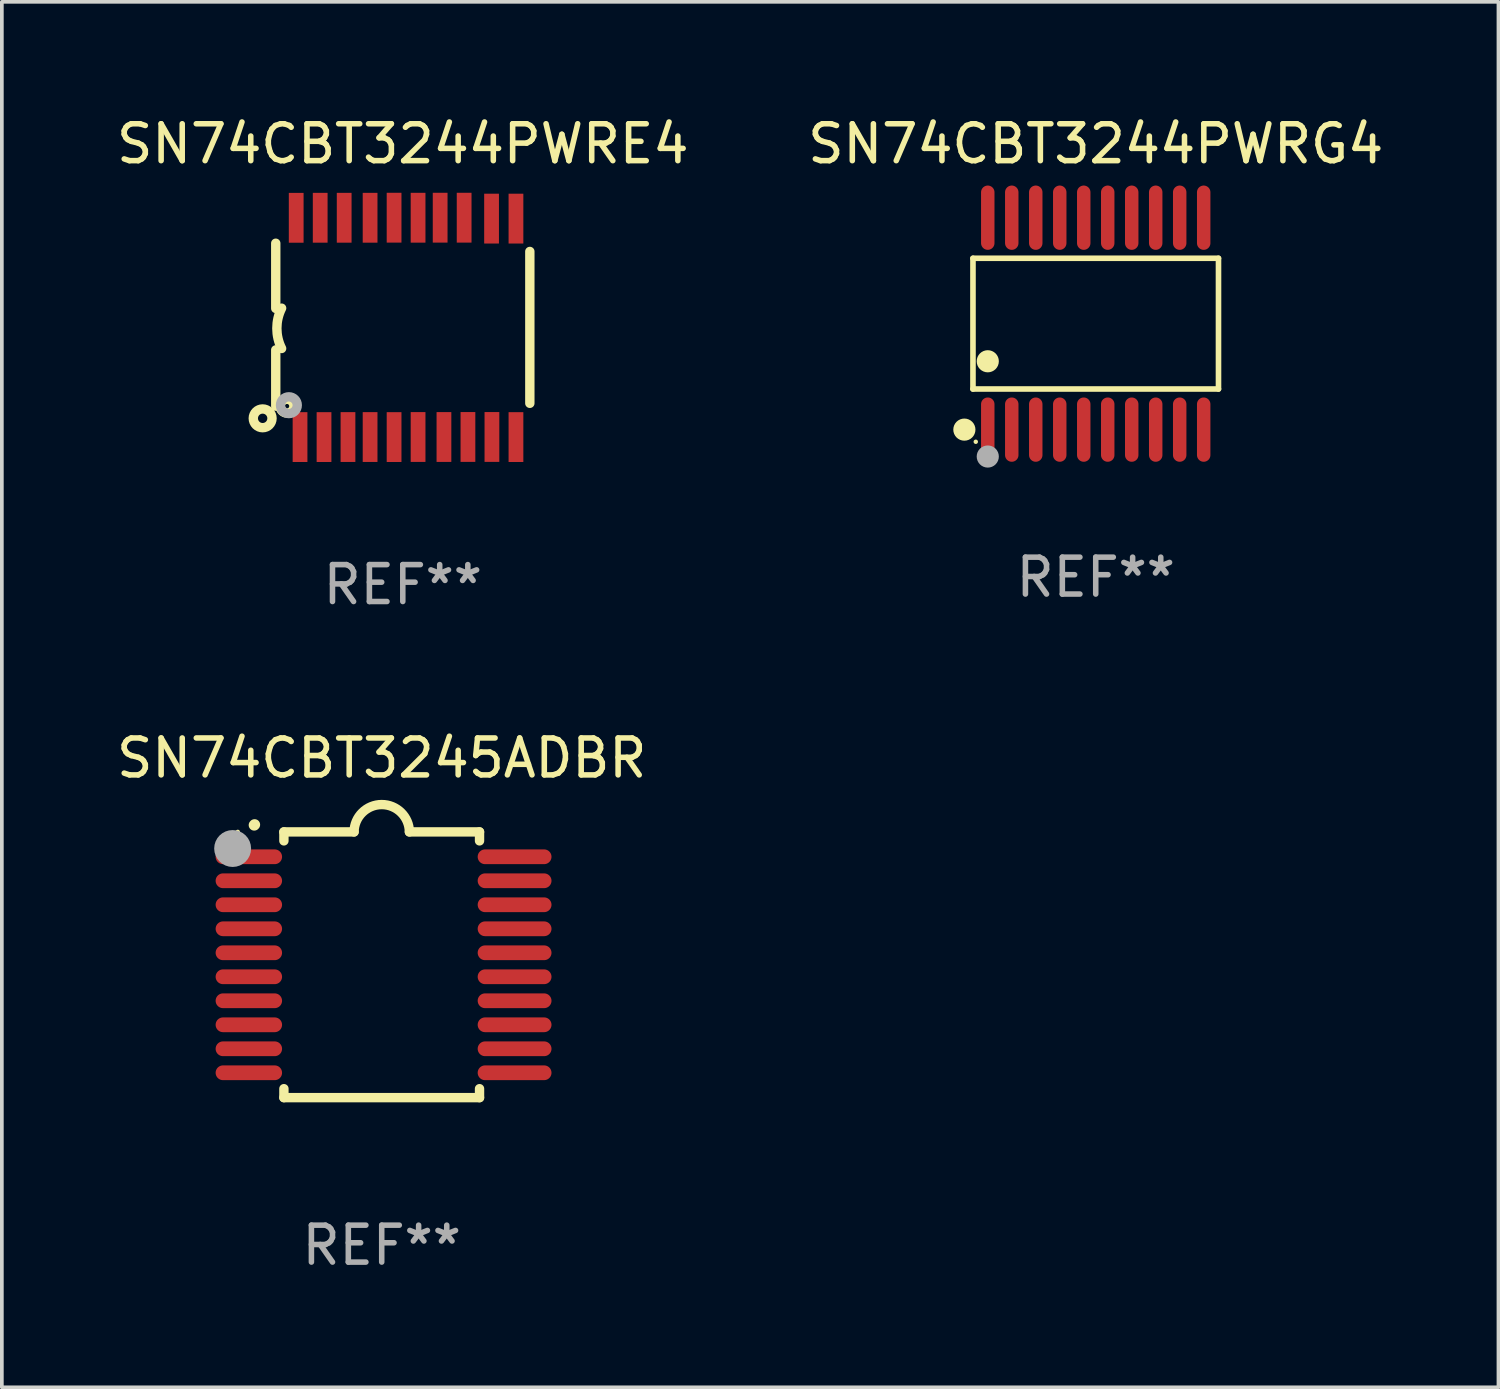
<source format=kicad_pcb>
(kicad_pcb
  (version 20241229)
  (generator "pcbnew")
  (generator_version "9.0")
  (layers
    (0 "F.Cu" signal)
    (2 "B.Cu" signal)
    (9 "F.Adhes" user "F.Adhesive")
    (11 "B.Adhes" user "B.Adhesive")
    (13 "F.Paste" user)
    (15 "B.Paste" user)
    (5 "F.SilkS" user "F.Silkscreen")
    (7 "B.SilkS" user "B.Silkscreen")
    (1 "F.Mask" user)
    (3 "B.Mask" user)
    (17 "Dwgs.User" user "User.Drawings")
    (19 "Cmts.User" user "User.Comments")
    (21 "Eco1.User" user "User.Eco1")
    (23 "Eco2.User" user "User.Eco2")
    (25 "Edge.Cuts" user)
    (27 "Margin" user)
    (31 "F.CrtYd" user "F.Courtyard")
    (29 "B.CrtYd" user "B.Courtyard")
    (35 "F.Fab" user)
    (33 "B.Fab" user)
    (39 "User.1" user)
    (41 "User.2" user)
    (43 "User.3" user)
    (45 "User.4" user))
  (footprint "SN74CBT3244PWRG4"
    (layer "F.Cu")
    (at 26.637 5.719)
    (property "Reference" "SN74CBT3244PWRG4" (at 0 -4.871 0) (layer "F.SilkS") (effects (font (size 1 1) (thickness 0.15))))
    (attr through_hole)
    (fp_line (start -3.326 -1.771) (end 3.326 -1.771) (stroke (width 0.152) (type solid)) (layer "F.SilkS"))
    (fp_line (start -3.326 1.771) (end -3.326 -1.771) (stroke (width 0.152) (type solid)) (layer "F.SilkS"))
    (fp_line (start 3.326 -1.771) (end 3.326 1.771) (stroke (width 0.152) (type solid)) (layer "F.SilkS"))
    (fp_line (start 3.326 1.771) (end -3.326 1.771) (stroke (width 0.152) (type solid)) (layer "F.SilkS"))
    (fp_circle (center -3.559 2.871) (end -3.409 2.871) (stroke (width 0.3) (type solid)) (fill no) (layer "F.SilkS"))
    (fp_circle (center -3.25 3.2) (end -3.22 3.2) (stroke (width 0.06) (type solid)) (fill no) (layer "F.SilkS"))
    (fp_circle (center -2.925 1.019) (end -2.775 1.019) (stroke (width 0.3) (type solid)) (fill no) (layer "F.SilkS"))
    (fp_circle (center -2.925 3.6) (end -2.775 3.6) (stroke (width 0.3) (type solid)) (fill no) (layer "F.Fab"))
    (fp_text user "REF**" (at 0 6.871 0) (layer "F.Fab") (effects (font (size 1 1) (thickness 0.15))))
    (pad "1" smd oval (at -2.925 2.871) (size 0.364 1.742) (layers "F.Cu" "F.Mask" "F.Paste"))
    (pad "2" smd oval (at -2.275 2.871) (size 0.364 1.742) (layers "F.Cu" "F.Mask" "F.Paste"))
    (pad "3" smd oval (at -1.625 2.871) (size 0.364 1.742) (layers "F.Cu" "F.Mask" "F.Paste"))
    (pad "4" smd oval (at -0.975 2.871) (size 0.364 1.742) (layers "F.Cu" "F.Mask" "F.Paste"))
    (pad "5" smd oval (at -0.325 2.871) (size 0.364 1.742) (layers "F.Cu" "F.Mask" "F.Paste"))
    (pad "6" smd oval (at 0.325 2.871) (size 0.364 1.742) (layers "F.Cu" "F.Mask" "F.Paste"))
    (pad "7" smd oval (at 0.975 2.871) (size 0.364 1.742) (layers "F.Cu" "F.Mask" "F.Paste"))
    (pad "8" smd oval (at 1.625 2.871) (size 0.364 1.742) (layers "F.Cu" "F.Mask" "F.Paste"))
    (pad "9" smd oval (at 2.275 2.871) (size 0.364 1.742) (layers "F.Cu" "F.Mask" "F.Paste"))
    (pad "10" smd oval (at 2.925 2.871) (size 0.364 1.742) (layers "F.Cu" "F.Mask" "F.Paste"))
    (pad "11" smd oval (at 2.925 -2.871) (size 0.364 1.742) (layers "F.Cu" "F.Mask" "F.Paste"))
    (pad "12" smd oval (at 2.275 -2.871) (size 0.364 1.742) (layers "F.Cu" "F.Mask" "F.Paste"))
    (pad "13" smd oval (at 1.625 -2.871) (size 0.364 1.742) (layers "F.Cu" "F.Mask" "F.Paste"))
    (pad "14" smd oval (at 0.975 -2.871) (size 0.364 1.742) (layers "F.Cu" "F.Mask" "F.Paste"))
    (pad "15" smd oval (at 0.325 -2.871) (size 0.364 1.742) (layers "F.Cu" "F.Mask" "F.Paste"))
    (pad "16" smd oval (at -0.325 -2.871) (size 0.364 1.742) (layers "F.Cu" "F.Mask" "F.Paste"))
    (pad "17" smd oval (at -0.975 -2.871) (size 0.364 1.742) (layers "F.Cu" "F.Mask" "F.Paste"))
    (pad "18" smd oval (at -1.625 -2.871) (size 0.364 1.742) (layers "F.Cu" "F.Mask" "F.Paste"))
    (pad "19" smd oval (at -2.275 -2.871) (size 0.364 1.742) (layers "F.Cu" "F.Mask" "F.Paste"))
    (pad "20" smd oval (at -2.925 -2.871) (size 0.364 1.742) (layers "F.Cu" "F.Mask" "F.Paste")))
  (footprint "SN74CBT3245ADBR"
    (layer "F.Cu")
    (at 7.292 23.089)
    (property "Reference" "SN74CBT3245ADBR" (at 0 -5.6 0) (layer "F.SilkS") (effects (font (size 1 1) (thickness 0.15))))
    (attr through_hole)
    (fp_line (start -2.65 -3.6) (end -2.65 -3.357) (stroke (width 0.254) (type solid)) (layer "F.SilkS"))
    (fp_line (start -2.65 -3.6) (end -0.75 -3.6) (stroke (width 0.254) (type solid)) (layer "F.SilkS"))
    (fp_line (start -2.65 3.357) (end -2.65 3.6) (stroke (width 0.254) (type solid)) (layer "F.SilkS"))
    (fp_line (start 2.65 -3.6) (end 0.75 -3.6) (stroke (width 0.254) (type solid)) (layer "F.SilkS"))
    (fp_line (start 2.65 -3.6) (end 2.65 -3.357) (stroke (width 0.254) (type solid)) (layer "F.SilkS"))
    (fp_line (start 2.65 3.357) (end 2.65 3.6) (stroke (width 0.254) (type solid)) (layer "F.SilkS"))
    (fp_line (start 2.65 3.6) (end -2.65 3.6) (stroke (width 0.254) (type solid)) (layer "F.SilkS"))
    (fp_arc (start -3.454407 -3.784608) (mid -3.449499 -3.78986) (end -3.444247 -3.794768) (stroke (width 0.3) (type solid)) (layer "F.SilkS"))
    (fp_arc (start -0.749301 -3.599186) (mid -0.000051 -4.348844) (end 0.750013 -3.6) (stroke (width 0.254001) (type solid)) (layer "F.SilkS"))
    (fp_circle (center -3.9 -3.6) (end -3.87 -3.6) (stroke (width 0.06) (type solid)) (fill no) (layer "F.SilkS"))
    (fp_circle (center -4.039 -3.15) (end -3.789 -3.15) (stroke (width 0.5) (type solid)) (fill no) (layer "F.Fab"))
    (fp_text user "REF**" (at 0 7.6 0) (layer "F.Fab") (effects (font (size 1 1) (thickness 0.15))))
    (pad "1" smd oval (at -3.6 -2.926 90) (size 0.4 1.8) (layers "F.Cu" "F.Mask" "F.Paste"))
    (pad "2" smd oval (at -3.6 -2.276 90) (size 0.4 1.8) (layers "F.Cu" "F.Mask" "F.Paste"))
    (pad "3" smd oval (at -3.6 -1.626 90) (size 0.4 1.8) (layers "F.Cu" "F.Mask" "F.Paste"))
    (pad "4" smd oval (at -3.6 -0.975 90) (size 0.4 1.8) (layers "F.Cu" "F.Mask" "F.Paste"))
    (pad "5" smd oval (at -3.6 -0.325 90) (size 0.4 1.8) (layers "F.Cu" "F.Mask" "F.Paste"))
    (pad "6" smd oval (at -3.6 0.325 90) (size 0.4 1.8) (layers "F.Cu" "F.Mask" "F.Paste"))
    (pad "7" smd oval (at -3.6 0.975 90) (size 0.4 1.8) (layers "F.Cu" "F.Mask" "F.Paste"))
    (pad "8" smd oval (at -3.6 1.626 90) (size 0.4 1.8) (layers "F.Cu" "F.Mask" "F.Paste"))
    (pad "9" smd oval (at -3.6 2.276 90) (size 0.4 1.8) (layers "F.Cu" "F.Mask" "F.Paste"))
    (pad "10" smd oval (at -3.6 2.926 90) (size 0.4 1.8) (layers "F.Cu" "F.Mask" "F.Paste"))
    (pad "11" smd oval (at 3.6 2.926 90) (size 0.4 2) (layers "F.Cu" "F.Mask" "F.Paste"))
    (pad "12" smd oval (at 3.6 2.276 90) (size 0.4 2) (layers "F.Cu" "F.Mask" "F.Paste"))
    (pad "13" smd oval (at 3.6 1.626 90) (size 0.4 2) (layers "F.Cu" "F.Mask" "F.Paste"))
    (pad "14" smd oval (at 3.6 0.975 90) (size 0.4 2) (layers "F.Cu" "F.Mask" "F.Paste"))
    (pad "15" smd oval (at 3.6 0.325 90) (size 0.4 2) (layers "F.Cu" "F.Mask" "F.Paste"))
    (pad "16" smd oval (at 3.6 -0.325 90) (size 0.4 2) (layers "F.Cu" "F.Mask" "F.Paste"))
    (pad "17" smd oval (at 3.6 -0.975 90) (size 0.4 2) (layers "F.Cu" "F.Mask" "F.Paste"))
    (pad "18" smd oval (at 3.6 -1.626 90) (size 0.4 2) (layers "F.Cu" "F.Mask" "F.Paste"))
    (pad "19" smd oval (at 3.6 -2.276 90) (size 0.4 2) (layers "F.Cu" "F.Mask" "F.Paste"))
    (pad "20" smd oval (at 3.6 -2.926 90) (size 0.4 2) (layers "F.Cu" "F.Mask" "F.Paste")))
  (footprint "SN74CBT3244PWRE4"
    (layer "F.Cu")
    (at 7.863 5.82)
    (property "Reference" "SN74CBT3244PWRE4" (at 0 -4.972 0) (layer "F.SilkS") (effects (font (size 1 1) (thickness 0.15))))
    (attr through_hole)
    (fp_line (start -3.442 -0.514) (end -3.442 -2.28) (stroke (width 0.254) (type solid)) (layer "F.SilkS"))
    (fp_line (start -3.442 0.61) (end -3.442 2.134) (stroke (width 0.254) (type solid)) (layer "F.SilkS"))
    (fp_line (start 3.442 -2.057) (end 3.442 2.057) (stroke (width 0.254) (type solid)) (layer "F.SilkS"))
    (fp_arc (start -3.282957 0.571502) (mid -3.411874 0.0254) (end -3.282957 -0.520701) (stroke (width 0.254001) (type solid)) (layer "F.SilkS"))
    (fp_circle (center -3.797 2.464) (end -3.543 2.464) (stroke (width 0.254) (type solid)) (fill no) (layer "F.SilkS"))
    (fp_circle (center -3.137 2.134) (end -3.077 2.134) (stroke (width 0.254) (type solid)) (fill no) (layer "F.SilkS"))
    (fp_circle (center -3.086 2.108) (end -2.986 2.108) (stroke (width 0.254) (type solid)) (fill no) (layer "F.Fab"))
    (fp_text user "REF**" (at 0 6.972 0) (layer "F.Fab") (effects (font (size 1 1) (thickness 0.15))))
    (pad "1" smd rect (at -2.784 2.972 90) (size 1.35 0.4) (layers "F.Cu" "F.Mask" "F.Paste"))
    (pad "2" smd rect (at -2.134 2.972 270) (size 1.35 0.4) (layers "F.Cu" "F.Mask" "F.Paste"))
    (pad "3" smd rect (at -1.485 2.971 270) (size 1.35 0.4) (layers "F.Cu" "F.Mask" "F.Paste"))
    (pad "4" smd rect (at -0.886 2.971 270) (size 1.35 0.4) (layers "F.Cu" "F.Mask" "F.Paste"))
    (pad "5" smd rect (at -0.236 2.972 270) (size 1.35 0.4) (layers "F.Cu" "F.Mask" "F.Paste"))
    (pad "6" smd rect (at 0.414 2.97 270) (size 1.35 0.4) (layers "F.Cu" "F.Mask" "F.Paste"))
    (pad "7" smd rect (at 1.115 2.97 270) (size 1.35 0.4) (layers "F.Cu" "F.Mask" "F.Paste"))
    (pad "8" smd rect (at 1.765 2.969 270) (size 1.35 0.4) (layers "F.Cu" "F.Mask" "F.Paste"))
    (pad "9" smd rect (at 2.415 2.969 270) (size 1.35 0.4) (layers "F.Cu" "F.Mask" "F.Paste"))
    (pad "10" smd rect (at 3.066 2.972 270) (size 1.35 0.4) (layers "F.Cu" "F.Mask" "F.Paste"))
    (pad "11" smd rect (at 3.066 -2.947 270) (size 1.35 0.4) (layers "F.Cu" "F.Mask" "F.Paste"))
    (pad "12" smd rect (at 2.405 -2.947 270) (size 1.35 0.4) (layers "F.Cu" "F.Mask" "F.Paste"))
    (pad "13" smd rect (at 1.662 -2.972 90) (size 1.35 0.4) (layers "F.Cu" "F.Mask" "F.Paste"))
    (pad "14" smd rect (at 1.012 -2.972 90) (size 1.35 0.4) (layers "F.Cu" "F.Mask" "F.Paste"))
    (pad "15" smd rect (at 0.414 -2.971 90) (size 1.35 0.4) (layers "F.Cu" "F.Mask" "F.Paste"))
    (pad "16" smd rect (at -0.236 -2.972 90) (size 1.35 0.4) (layers "F.Cu" "F.Mask" "F.Paste"))
    (pad "17" smd rect (at -0.886 -2.97 90) (size 1.35 0.4) (layers "F.Cu" "F.Mask" "F.Paste"))
    (pad "18" smd rect (at -1.588 -2.97 90) (size 1.35 0.4) (layers "F.Cu" "F.Mask" "F.Paste"))
    (pad "19" smd rect (at -2.238 -2.97 90) (size 1.35 0.4) (layers "F.Cu" "F.Mask" "F.Paste"))
    (pad "20" smd rect (at -2.888 -2.969 90) (size 1.35 0.4) (layers "F.Cu" "F.Mask" "F.Paste")))
  (gr_rect
    (start -3 -3)
    (end 37.548 34.537)
    (stroke (width 0.1) (type default))
    (fill no)
    (layer "Edge.Cuts")))
</source>
